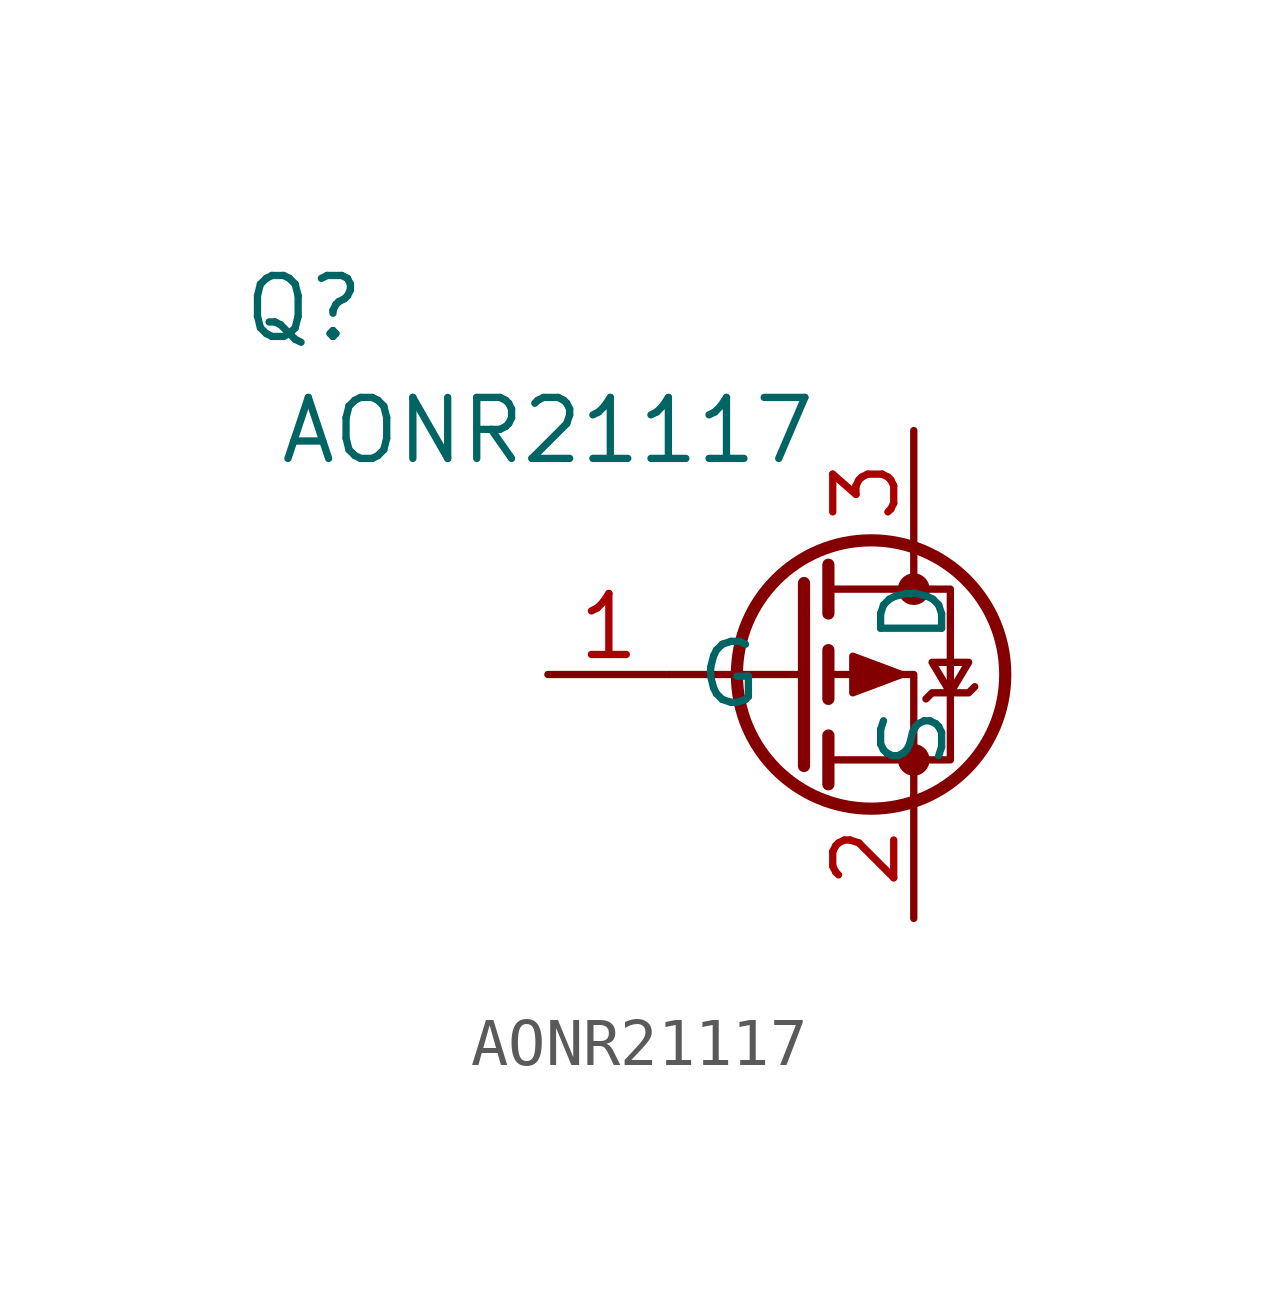
<source format=kicad_sym>
(kicad_symbol_lib
  (version 20220914)
  (generator kicad_symbol_editor)
  (symbol "AONR21117"
    (property "Reference" "Q"
      (at -7.62 7.62 0)
      (effects (font (size 1.27 1.27))))
    (property "Value" "AONR21117"
      (at -2.54 5.08 0)
      (effects (font (size 1.27 1.27))))
    (symbol "AONR21117_0_1"
      (polyline (pts (xy 2.794 0) (xy 0 0)) (stroke (width 0) (type default)) (fill (type none)))
      (polyline (pts (xy 2.794 1.905) (xy 2.794 -1.905)) (stroke (width 0.254) (type default)) (fill (type none)))
      (polyline (pts (xy 3.302 -1.27) (xy 3.302 -2.286)) (stroke (width 0.254) (type default)) (fill (type none)))
      (polyline (pts (xy 3.302 0.508) (xy 3.302 -0.508)) (stroke (width 0.254) (type default)) (fill (type none)))
      (polyline (pts (xy 3.302 2.286) (xy 3.302 1.27)) (stroke (width 0.254) (type default)) (fill (type none)))
      (polyline (pts (xy 5.08 2.54) (xy 5.08 1.778)) (stroke (width 0) (type default)) (fill (type none)))
      (polyline (pts (xy 5.08 -2.54) (xy 5.08 0) (xy 3.302 0)) (stroke (width 0) (type default)) (fill (type none)))
      (polyline (pts (xy 3.302 1.778) (xy 5.842 1.778) (xy 5.842 -1.778) (xy 3.302 -1.778)) (stroke (width 0) (type default)) (fill (type none)))
      (polyline (pts (xy 4.826 0) (xy 3.81 0.381) (xy 3.81 -0.381) (xy 4.826 0)) (stroke (width 0) (type default)) (fill (type outline)))
      (polyline (pts (xy 5.334 -0.508) (xy 5.461 -0.381) (xy 6.223 -0.381) (xy 6.35 -0.254)) (stroke (width 0) (type default)) (fill (type none)))
      (polyline (pts (xy 5.842 -0.381) (xy 5.461 0.254) (xy 6.223 0.254) (xy 5.842 -0.381)) (stroke (width 0) (type default)) (fill (type none)))
      (circle (center 4.191 0) (radius 2.794) (stroke (width 0.254) (type default)) (fill (type none)))
      (circle (center 5.08 -1.778) (radius 0.254) (stroke (width 0) (type default)) (fill (type outline)))
      (circle (center 5.08 1.778) (radius 0.254) (stroke (width 0) (type default)) (fill (type outline))))
    (symbol "AONR21117_1_1"
      (pin input line (at -2.54 0 0) (length 2.54) (name "G" (effects (font (size 1.27 1.27)))) (number "1" (effects (font (size 1.27 1.27)))))
      (pin passive line (at 5.08 -5.08 90) (length 2.54) (name "S" (effects (font (size 1.27 1.27)))) (number "2" (effects (font (size 1.27 1.27)))))
      (pin passive line (at 5.08 5.08 270) (length 2.54) (name "D" (effects (font (size 1.27 1.27)))) (number "3" (effects (font (size 1.27 1.27))))))))
</source>
